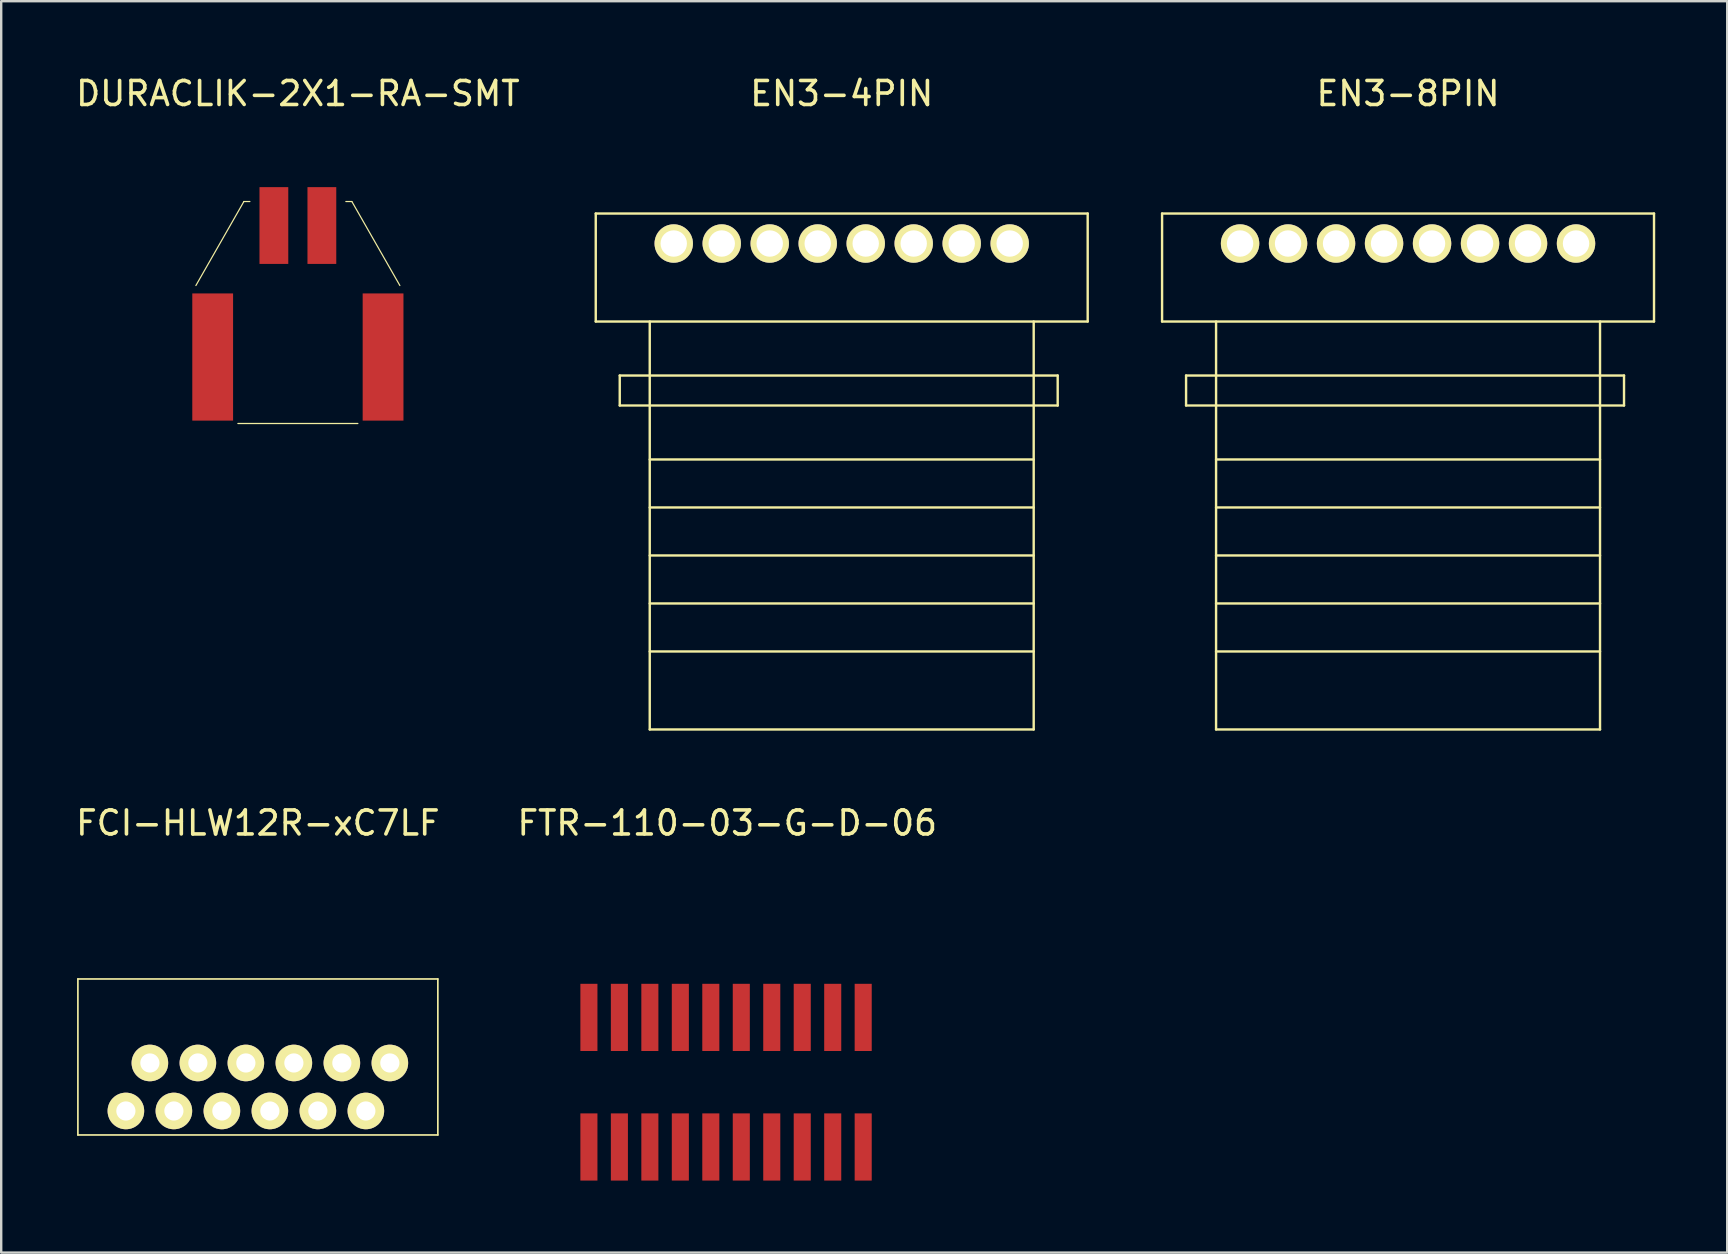
<source format=kicad_pcb>
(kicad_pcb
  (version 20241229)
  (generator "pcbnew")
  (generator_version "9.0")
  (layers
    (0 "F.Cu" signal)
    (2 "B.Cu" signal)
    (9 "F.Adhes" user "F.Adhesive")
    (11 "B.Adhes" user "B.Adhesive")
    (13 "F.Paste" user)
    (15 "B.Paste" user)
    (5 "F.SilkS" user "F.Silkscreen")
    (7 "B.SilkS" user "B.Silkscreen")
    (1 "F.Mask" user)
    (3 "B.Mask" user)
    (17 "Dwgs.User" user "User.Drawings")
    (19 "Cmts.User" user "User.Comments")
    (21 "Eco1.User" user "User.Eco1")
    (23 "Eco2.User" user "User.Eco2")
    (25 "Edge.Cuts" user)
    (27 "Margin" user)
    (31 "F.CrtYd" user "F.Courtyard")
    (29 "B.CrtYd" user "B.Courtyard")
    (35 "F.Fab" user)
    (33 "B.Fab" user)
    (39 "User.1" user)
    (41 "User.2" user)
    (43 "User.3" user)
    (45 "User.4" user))
  (footprint "DURACLIK-2X1-RA-SMT"
    (layer "F.Cu")
    (at 9.363 6.348)
    (property "Reference" "DURACLIK-2X1-RA-SMT" (at 0 -5.5 0) (layer "F.SilkS") (effects (font (size 1 1) (thickness 0.15))))
    (attr through_hole)
    (fp_line (start -4.25 2.5) (end -2.25 -1) (stroke (width 0.05) (type solid)) (layer "F.SilkS"))
    (fp_line (start -2.5 8.25) (end 2.5 8.25) (stroke (width 0.05) (type solid)) (layer "F.SilkS"))
    (fp_line (start -2.25 -1) (end -2 -1) (stroke (width 0.05) (type solid)) (layer "F.SilkS"))
    (fp_line (start 2.25 -1) (end 2 -1) (stroke (width 0.05) (type solid)) (layer "F.SilkS"))
    (fp_line (start 4.25 2.5) (end 2.25 -1) (stroke (width 0.05) (type solid)) (layer "F.SilkS"))
    (pad "" smd rect (at -3.55 5.48) (size 1.7 5.3) (layers "F.Cu" "F.Mask" "F.Paste"))
    (pad "" smd rect (at 3.55 5.48) (size 1.7 5.3) (layers "F.Cu" "F.Mask" "F.Paste"))
    (pad "1" smd rect (at -1 0) (size 1.2 3.2) (layers "F.Cu" "F.Mask" "F.Paste"))
    (pad "2" smd rect (at 1 0) (size 1.2 3.2) (layers "F.Cu" "F.Mask" "F.Paste")))
  (footprint "FCI-HLW12R-xC7LF"
    (layer "F.Cu")
    (at 7.696 42.246)
    (property "Reference" "FCI-HLW12R-xC7LF" (at 0 -11 0) (layer "F.SilkS") (effects (font (size 1 1) (thickness 0.15))))
    (attr through_hole)
    (fp_line (start -7.5 -4.5) (end -7.5 2) (stroke (width 0.07) (type solid)) (layer "F.SilkS"))
    (fp_line (start -7.5 -4.5) (end 7.5 -4.5) (stroke (width 0.07) (type solid)) (layer "F.SilkS"))
    (fp_line (start -7.5 2) (end 7.5 2) (stroke (width 0.07) (type solid)) (layer "F.SilkS"))
    (fp_line (start 7.5 -4.5) (end 7.5 2) (stroke (width 0.07) (type solid)) (layer "F.SilkS"))
    (pad "1" thru_hole circle (at -5.5 1) (size 1.524 1.524) (drill 0.8) (layers "*.Cu" "*.Mask" "F.SilkS"))
    (pad "2" thru_hole circle (at -4.5 -1) (size 1.524 1.524) (drill 0.8) (layers "*.Cu" "*.Mask" "F.SilkS"))
    (pad "3" thru_hole circle (at -3.5 1) (size 1.524 1.524) (drill 0.8) (layers "*.Cu" "*.Mask" "F.SilkS"))
    (pad "4" thru_hole circle (at -2.5 -1) (size 1.524 1.524) (drill 0.8) (layers "*.Cu" "*.Mask" "F.SilkS"))
    (pad "5" thru_hole circle (at -1.5 1) (size 1.524 1.524) (drill 0.8) (layers "*.Cu" "*.Mask" "F.SilkS"))
    (pad "6" thru_hole circle (at -0.5 -1) (size 1.524 1.524) (drill 0.8) (layers "*.Cu" "*.Mask" "F.SilkS"))
    (pad "7" thru_hole circle (at 0.5 1) (size 1.524 1.524) (drill 0.8) (layers "*.Cu" "*.Mask" "F.SilkS"))
    (pad "8" thru_hole circle (at 1.5 -1) (size 1.524 1.524) (drill 0.8) (layers "*.Cu" "*.Mask" "F.SilkS"))
    (pad "9" thru_hole circle (at 2.5 1) (size 1.524 1.524) (drill 0.8) (layers "*.Cu" "*.Mask" "F.SilkS"))
    (pad "10" thru_hole circle (at 3.5 -1) (size 1.524 1.524) (drill 0.8) (layers "*.Cu" "*.Mask" "F.SilkS"))
    (pad "11" thru_hole circle (at 4.5 1) (size 1.524 1.524) (drill 0.8) (layers "*.Cu" "*.Mask" "F.SilkS"))
    (pad "12" thru_hole circle (at 5.5 -1) (size 1.524 1.524) (drill 0.8) (layers "*.Cu" "*.Mask" "F.SilkS")))
  (footprint "EN3-4PIN"
    (layer "F.Cu")
    (at 32.026 7.098)
    (property "Reference" "EN3-4PIN" (at 0 -6.25 0) (layer "F.SilkS") (effects (font (size 1 1) (thickness 0.15))))
    (attr through_hole)
    (fp_line (start -10.25 -1.25) (end -10.25 3.25) (stroke (width 0.1) (type solid)) (layer "F.SilkS"))
    (fp_line (start -10.25 3.25) (end 10.25 3.25) (stroke (width 0.1) (type solid)) (layer "F.SilkS"))
    (fp_line (start -9.25 5.5) (end -9.25 6.75) (stroke (width 0.1) (type solid)) (layer "F.SilkS"))
    (fp_line (start -9.25 6.75) (end 9 6.75) (stroke (width 0.1) (type solid)) (layer "F.SilkS"))
    (fp_line (start -8 3.25) (end -8 20.25) (stroke (width 0.1) (type solid)) (layer "F.SilkS"))
    (fp_line (start -8 9) (end 8 9) (stroke (width 0.1) (type solid)) (layer "F.SilkS"))
    (fp_line (start -8 11) (end 8 11) (stroke (width 0.1) (type solid)) (layer "F.SilkS"))
    (fp_line (start -8 13) (end 8 13) (stroke (width 0.1) (type solid)) (layer "F.SilkS"))
    (fp_line (start -8 15) (end 8 15) (stroke (width 0.1) (type solid)) (layer "F.SilkS"))
    (fp_line (start -8 17) (end 8 17) (stroke (width 0.1) (type solid)) (layer "F.SilkS"))
    (fp_line (start -8 20.25) (end 8 20.25) (stroke (width 0.1) (type solid)) (layer "F.SilkS"))
    (fp_line (start 8 20.25) (end 8 3.25) (stroke (width 0.1) (type solid)) (layer "F.SilkS"))
    (fp_line (start 9 5.5) (end -9.25 5.5) (stroke (width 0.1) (type solid)) (layer "F.SilkS"))
    (fp_line (start 9 6.75) (end 9 5.5) (stroke (width 0.1) (type solid)) (layer "F.SilkS"))
    (fp_line (start 10.25 -1.25) (end -10.25 -1.25) (stroke (width 0.1) (type solid)) (layer "F.SilkS"))
    (fp_line (start 10.25 3.25) (end 10.25 -1.25) (stroke (width 0.1) (type solid)) (layer "F.SilkS"))
    (pad "1" thru_hole circle (at 1 0) (size 1.6 1.6) (drill 1.1) (layers "*.Cu" "*.Mask" "F.SilkS"))
    (pad "2" thru_hole circle (at 3 0) (size 1.6 1.6) (drill 1.1) (layers "*.Cu" "*.Mask" "F.SilkS"))
    (pad "3" thru_hole circle (at 7 0) (size 1.6 1.6) (drill 1.1) (layers "*.Cu" "*.Mask" "F.SilkS"))
    (pad "4" thru_hole circle (at -7 0) (size 1.6 1.6) (drill 1.1) (layers "*.Cu" "*.Mask" "F.SilkS"))
    (pad "5" thru_hole circle (at -5 0) (size 1.6 1.6) (drill 1.1) (layers "*.Cu" "*.Mask" "F.SilkS"))
    (pad "6" thru_hole circle (at -3 0) (size 1.6 1.6) (drill 1.1) (layers "*.Cu" "*.Mask" "F.SilkS"))
    (pad "7" thru_hole circle (at -1 0) (size 1.6 1.6) (drill 1.1) (layers "*.Cu" "*.Mask" "F.SilkS"))
    (pad "8" thru_hole circle (at 5 0) (size 1.6 1.6) (drill 1.1) (layers "*.Cu" "*.Mask" "F.SilkS")))
  (footprint "EN3-8PIN"
    (layer "F.Cu")
    (at 55.626 7.098)
    (property "Reference" "EN3-8PIN" (at 0 -6.25 0) (layer "F.SilkS") (effects (font (size 1 1) (thickness 0.15))))
    (attr through_hole)
    (fp_line (start -10.25 -1.25) (end -10.25 3.25) (stroke (width 0.1) (type solid)) (layer "F.SilkS"))
    (fp_line (start -10.25 3.25) (end 10.25 3.25) (stroke (width 0.1) (type solid)) (layer "F.SilkS"))
    (fp_line (start -9.25 5.5) (end -9.25 6.75) (stroke (width 0.1) (type solid)) (layer "F.SilkS"))
    (fp_line (start -9.25 6.75) (end 9 6.75) (stroke (width 0.1) (type solid)) (layer "F.SilkS"))
    (fp_line (start -8 3.25) (end -8 20.25) (stroke (width 0.1) (type solid)) (layer "F.SilkS"))
    (fp_line (start -8 9) (end 8 9) (stroke (width 0.1) (type solid)) (layer "F.SilkS"))
    (fp_line (start -8 11) (end 8 11) (stroke (width 0.1) (type solid)) (layer "F.SilkS"))
    (fp_line (start -8 13) (end 8 13) (stroke (width 0.1) (type solid)) (layer "F.SilkS"))
    (fp_line (start -8 15) (end 8 15) (stroke (width 0.1) (type solid)) (layer "F.SilkS"))
    (fp_line (start -8 17) (end 8 17) (stroke (width 0.1) (type solid)) (layer "F.SilkS"))
    (fp_line (start -8 20.25) (end 8 20.25) (stroke (width 0.1) (type solid)) (layer "F.SilkS"))
    (fp_line (start 8 20.25) (end 8 3.25) (stroke (width 0.1) (type solid)) (layer "F.SilkS"))
    (fp_line (start 9 5.5) (end -9.25 5.5) (stroke (width 0.1) (type solid)) (layer "F.SilkS"))
    (fp_line (start 9 6.75) (end 9 5.5) (stroke (width 0.1) (type solid)) (layer "F.SilkS"))
    (fp_line (start 10.25 -1.25) (end -10.25 -1.25) (stroke (width 0.1) (type solid)) (layer "F.SilkS"))
    (fp_line (start 10.25 3.25) (end 10.25 -1.25) (stroke (width 0.1) (type solid)) (layer "F.SilkS"))
    (pad "1" thru_hole circle (at 1 0) (size 1.6 1.6) (drill 1.1) (layers "*.Cu" "*.Mask" "F.SilkS"))
    (pad "2" thru_hole circle (at 3 0) (size 1.6 1.6) (drill 1.1) (layers "*.Cu" "*.Mask" "F.SilkS"))
    (pad "3" thru_hole circle (at 5 0) (size 1.6 1.6) (drill 1.1) (layers "*.Cu" "*.Mask" "F.SilkS"))
    (pad "4" thru_hole circle (at 7 0) (size 1.6 1.6) (drill 1.1) (layers "*.Cu" "*.Mask" "F.SilkS"))
    (pad "5" thru_hole circle (at -7 0) (size 1.6 1.6) (drill 1.1) (layers "*.Cu" "*.Mask" "F.SilkS"))
    (pad "6" thru_hole circle (at -5 0) (size 1.6 1.6) (drill 1.1) (layers "*.Cu" "*.Mask" "F.SilkS"))
    (pad "7" thru_hole circle (at -3 0) (size 1.6 1.6) (drill 1.1) (layers "*.Cu" "*.Mask" "F.SilkS"))
    (pad "8" thru_hole circle (at -1 0) (size 1.6 1.6) (drill 1.1) (layers "*.Cu" "*.Mask" "F.SilkS")))
  (footprint "FTR-110-03-G-D-06"
    (layer "F.Cu")
    (at 27.206 42.047)
    (property "Reference" "FTR-110-03-G-D-06" (at 0.05 -10.8 0) (layer "F.SilkS") (effects (font (size 1 1) (thickness 0.15))))
    (attr through_hole)
    (pad "1" smd rect (at -5.715 2.7) (size 0.711 2.8) (layers "F.Cu" "F.Mask" "F.Paste"))
    (pad "2" smd rect (at -5.715 -2.7) (size 0.711 2.8) (layers "F.Cu" "F.Mask" "F.Paste"))
    (pad "3" smd rect (at -4.445 2.7) (size 0.711 2.8) (layers "F.Cu" "F.Mask" "F.Paste"))
    (pad "4" smd rect (at -4.445 -2.7) (size 0.711 2.8) (layers "F.Cu" "F.Mask" "F.Paste"))
    (pad "5" smd rect (at -3.175 2.7) (size 0.711 2.8) (layers "F.Cu" "F.Mask" "F.Paste"))
    (pad "6" smd rect (at -3.175 -2.7) (size 0.711 2.8) (layers "F.Cu" "F.Mask" "F.Paste"))
    (pad "7" smd rect (at -1.905 2.7) (size 0.711 2.8) (layers "F.Cu" "F.Mask" "F.Paste"))
    (pad "8" smd rect (at -1.905 -2.7) (size 0.711 2.8) (layers "F.Cu" "F.Mask" "F.Paste"))
    (pad "9" smd rect (at -0.635 2.7) (size 0.711 2.8) (layers "F.Cu" "F.Mask" "F.Paste"))
    (pad "10" smd rect (at -0.635 -2.7) (size 0.711 2.8) (layers "F.Cu" "F.Mask" "F.Paste"))
    (pad "11" smd rect (at 0.635 2.7) (size 0.711 2.8) (layers "F.Cu" "F.Mask" "F.Paste"))
    (pad "12" smd rect (at 0.635 -2.7) (size 0.711 2.8) (layers "F.Cu" "F.Mask" "F.Paste"))
    (pad "13" smd rect (at 1.905 2.7) (size 0.711 2.8) (layers "F.Cu" "F.Mask" "F.Paste"))
    (pad "14" smd rect (at 1.905 -2.7) (size 0.711 2.8) (layers "F.Cu" "F.Mask" "F.Paste"))
    (pad "15" smd rect (at 3.175 2.7) (size 0.711 2.8) (layers "F.Cu" "F.Mask" "F.Paste"))
    (pad "16" smd rect (at 3.175 -2.7) (size 0.711 2.8) (layers "F.Cu" "F.Mask" "F.Paste"))
    (pad "17" smd rect (at 4.445 2.7) (size 0.711 2.8) (layers "F.Cu" "F.Mask" "F.Paste"))
    (pad "18" smd rect (at 4.445 -2.7) (size 0.711 2.8) (layers "F.Cu" "F.Mask" "F.Paste"))
    (pad "19" smd rect (at 5.715 2.7) (size 0.711 2.8) (layers "F.Cu" "F.Mask" "F.Paste"))
    (pad "20" smd rect (at 5.715 -2.7) (size 0.711 2.8) (layers "F.Cu" "F.Mask" "F.Paste")))
  (gr_rect
    (start -3 -3)
    (end 68.926 49.147)
    (stroke (width 0.1) (type default))
    (fill no)
    (layer "Edge.Cuts")))
</source>
